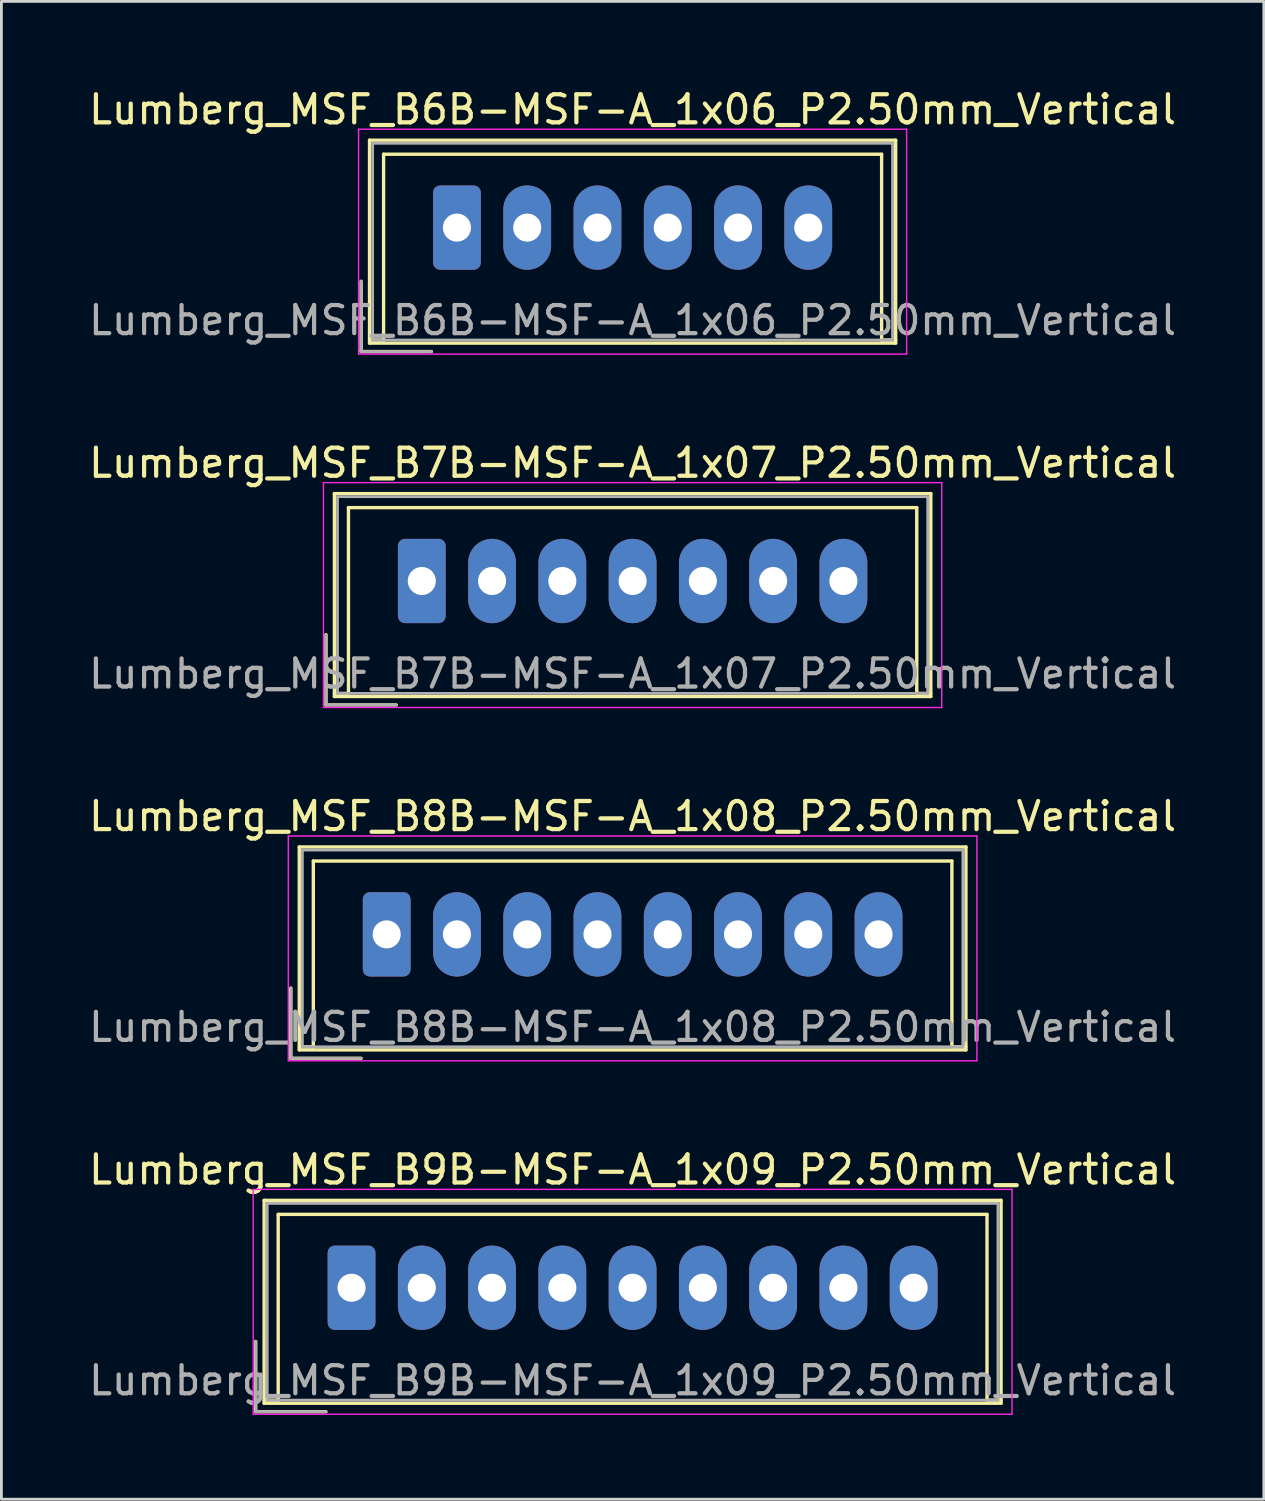
<source format=kicad_pcb>
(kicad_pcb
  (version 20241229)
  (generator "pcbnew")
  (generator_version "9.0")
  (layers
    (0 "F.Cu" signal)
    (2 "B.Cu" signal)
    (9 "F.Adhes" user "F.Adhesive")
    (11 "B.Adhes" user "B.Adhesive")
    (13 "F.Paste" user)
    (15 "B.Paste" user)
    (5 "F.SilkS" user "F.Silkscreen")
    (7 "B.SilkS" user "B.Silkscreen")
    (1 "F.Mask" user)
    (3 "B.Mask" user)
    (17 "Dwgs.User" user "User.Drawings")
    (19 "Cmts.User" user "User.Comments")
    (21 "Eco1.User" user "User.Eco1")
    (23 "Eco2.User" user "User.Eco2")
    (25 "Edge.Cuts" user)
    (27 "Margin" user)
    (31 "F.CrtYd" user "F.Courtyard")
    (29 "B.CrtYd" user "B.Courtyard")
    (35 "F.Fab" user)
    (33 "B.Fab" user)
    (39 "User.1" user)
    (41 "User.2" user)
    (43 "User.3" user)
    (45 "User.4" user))
  (footprint "Lumberg_MSF_B8B-MSF-A_1x08_P2.50mm_Vertical"
    (layer "F.Cu")
    (at 10.708 30.195)
    (property "Reference" "Lumberg_MSF_B8B-MSF-A_1x08_P2.50mm_Vertical" (at 8.75 -4.2 0) (layer "F.SilkS") (effects (font (size 1 1) (thickness 0.15))))
    (attr through_hole)
    (fp_line (start -3.41 1.91) (end -3.41 4.41) (stroke (width 0.12) (type solid)) (layer "F.SilkS"))
    (fp_line (start -3.41 4.41) (end -0.91 4.41) (stroke (width 0.12) (type solid)) (layer "F.SilkS"))
    (fp_line (start -3.11 -3.11) (end -3.11 4.11) (stroke (width 0.12) (type solid)) (layer "F.SilkS"))
    (fp_line (start -3.11 4) (end -2.61 4) (stroke (width 0.12) (type solid)) (layer "F.SilkS"))
    (fp_line (start -3.11 4.11) (end 20.61 4.11) (stroke (width 0.12) (type solid)) (layer "F.SilkS"))
    (fp_line (start -2.61 -2.61) (end 20.11 -2.61) (stroke (width 0.12) (type solid)) (layer "F.SilkS"))
    (fp_line (start -2.61 4) (end -2.61 -2.61) (stroke (width 0.12) (type solid)) (layer "F.SilkS"))
    (fp_line (start 20.11 -2.61) (end 20.11 4) (stroke (width 0.12) (type solid)) (layer "F.SilkS"))
    (fp_line (start 20.11 4) (end 20.61 4) (stroke (width 0.12) (type solid)) (layer "F.SilkS"))
    (fp_line (start 20.61 -3.11) (end -3.11 -3.11) (stroke (width 0.12) (type solid)) (layer "F.SilkS"))
    (fp_line (start 20.61 4.11) (end 20.61 -3.11) (stroke (width 0.12) (type solid)) (layer "F.SilkS"))
    (fp_line (start -3.5 -3.5) (end -3.5 4.5) (stroke (width 0.05) (type solid)) (layer "F.CrtYd"))
    (fp_line (start -3.5 4.5) (end 21 4.5) (stroke (width 0.05) (type solid)) (layer "F.CrtYd"))
    (fp_line (start 21 -3.5) (end -3.5 -3.5) (stroke (width 0.05) (type solid)) (layer "F.CrtYd"))
    (fp_line (start 21 4.5) (end 21 -3.5) (stroke (width 0.05) (type solid)) (layer "F.CrtYd"))
    (fp_line (start -3.41 1.91) (end -3.41 4.41) (stroke (width 0.1) (type solid)) (layer "F.Fab"))
    (fp_line (start -3.41 4.41) (end -0.91 4.41) (stroke (width 0.1) (type solid)) (layer "F.Fab"))
    (fp_line (start -3 -3) (end -3 4) (stroke (width 0.1) (type solid)) (layer "F.Fab"))
    (fp_line (start -3 4) (end 20.5 4) (stroke (width 0.1) (type solid)) (layer "F.Fab"))
    (fp_line (start 20.5 -3) (end -3 -3) (stroke (width 0.1) (type solid)) (layer "F.Fab"))
    (fp_line (start 20.5 4) (end 20.5 -3) (stroke (width 0.1) (type solid)) (layer "F.Fab"))
    (fp_text user "${REFERENCE}" (at 8.75 3.3 0) (layer "F.Fab") (effects (font (size 1 1) (thickness 0.15))))
    (pad "1" thru_hole roundrect (at 0 0) (size 1.7 3) (drill 1) (layers "*.Cu" "*.Mask") (roundrect_rratio 0.147))
    (pad "2" thru_hole oval (at 2.5 0) (size 1.7 3) (drill 1) (layers "*.Cu" "*.Mask"))
    (pad "3" thru_hole oval (at 5 0) (size 1.7 3) (drill 1) (layers "*.Cu" "*.Mask"))
    (pad "4" thru_hole oval (at 7.5 0) (size 1.7 3) (drill 1) (layers "*.Cu" "*.Mask"))
    (pad "5" thru_hole oval (at 10 0) (size 1.7 3) (drill 1) (layers "*.Cu" "*.Mask"))
    (pad "6" thru_hole oval (at 12.5 0) (size 1.7 3) (drill 1) (layers "*.Cu" "*.Mask"))
    (pad "7" thru_hole oval (at 15 0) (size 1.7 3) (drill 1) (layers "*.Cu" "*.Mask"))
    (pad "8" thru_hole oval (at 17.5 0) (size 1.7 3) (drill 1) (layers "*.Cu" "*.Mask")))
  (footprint "Lumberg_MSF_B7B-MSF-A_1x07_P2.50mm_Vertical"
    (layer "F.Cu")
    (at 11.958 17.622)
    (property "Reference" "Lumberg_MSF_B7B-MSF-A_1x07_P2.50mm_Vertical" (at 7.5 -4.2 0) (layer "F.SilkS") (effects (font (size 1 1) (thickness 0.15))))
    (attr through_hole)
    (fp_line (start -3.41 1.91) (end -3.41 4.41) (stroke (width 0.12) (type solid)) (layer "F.SilkS"))
    (fp_line (start -3.41 4.41) (end -0.91 4.41) (stroke (width 0.12) (type solid)) (layer "F.SilkS"))
    (fp_line (start -3.11 -3.11) (end -3.11 4.11) (stroke (width 0.12) (type solid)) (layer "F.SilkS"))
    (fp_line (start -3.11 4) (end -2.61 4) (stroke (width 0.12) (type solid)) (layer "F.SilkS"))
    (fp_line (start -3.11 4.11) (end 18.11 4.11) (stroke (width 0.12) (type solid)) (layer "F.SilkS"))
    (fp_line (start -2.61 -2.61) (end 17.61 -2.61) (stroke (width 0.12) (type solid)) (layer "F.SilkS"))
    (fp_line (start -2.61 4) (end -2.61 -2.61) (stroke (width 0.12) (type solid)) (layer "F.SilkS"))
    (fp_line (start 17.61 -2.61) (end 17.61 4) (stroke (width 0.12) (type solid)) (layer "F.SilkS"))
    (fp_line (start 17.61 4) (end 18.11 4) (stroke (width 0.12) (type solid)) (layer "F.SilkS"))
    (fp_line (start 18.11 -3.11) (end -3.11 -3.11) (stroke (width 0.12) (type solid)) (layer "F.SilkS"))
    (fp_line (start 18.11 4.11) (end 18.11 -3.11) (stroke (width 0.12) (type solid)) (layer "F.SilkS"))
    (fp_line (start -3.5 -3.5) (end -3.5 4.5) (stroke (width 0.05) (type solid)) (layer "F.CrtYd"))
    (fp_line (start -3.5 4.5) (end 18.5 4.5) (stroke (width 0.05) (type solid)) (layer "F.CrtYd"))
    (fp_line (start 18.5 -3.5) (end -3.5 -3.5) (stroke (width 0.05) (type solid)) (layer "F.CrtYd"))
    (fp_line (start 18.5 4.5) (end 18.5 -3.5) (stroke (width 0.05) (type solid)) (layer "F.CrtYd"))
    (fp_line (start -3.41 1.91) (end -3.41 4.41) (stroke (width 0.1) (type solid)) (layer "F.Fab"))
    (fp_line (start -3.41 4.41) (end -0.91 4.41) (stroke (width 0.1) (type solid)) (layer "F.Fab"))
    (fp_line (start -3 -3) (end -3 4) (stroke (width 0.1) (type solid)) (layer "F.Fab"))
    (fp_line (start -3 4) (end 18 4) (stroke (width 0.1) (type solid)) (layer "F.Fab"))
    (fp_line (start 18 -3) (end -3 -3) (stroke (width 0.1) (type solid)) (layer "F.Fab"))
    (fp_line (start 18 4) (end 18 -3) (stroke (width 0.1) (type solid)) (layer "F.Fab"))
    (fp_text user "${REFERENCE}" (at 7.5 3.3 0) (layer "F.Fab") (effects (font (size 1 1) (thickness 0.15))))
    (pad "1" thru_hole roundrect (at 0 0) (size 1.7 3) (drill 1) (layers "*.Cu" "*.Mask") (roundrect_rratio 0.147))
    (pad "2" thru_hole oval (at 2.5 0) (size 1.7 3) (drill 1) (layers "*.Cu" "*.Mask"))
    (pad "3" thru_hole oval (at 5 0) (size 1.7 3) (drill 1) (layers "*.Cu" "*.Mask"))
    (pad "4" thru_hole oval (at 7.5 0) (size 1.7 3) (drill 1) (layers "*.Cu" "*.Mask"))
    (pad "5" thru_hole oval (at 10 0) (size 1.7 3) (drill 1) (layers "*.Cu" "*.Mask"))
    (pad "6" thru_hole oval (at 12.5 0) (size 1.7 3) (drill 1) (layers "*.Cu" "*.Mask"))
    (pad "7" thru_hole oval (at 15 0) (size 1.7 3) (drill 1) (layers "*.Cu" "*.Mask")))
  (footprint "Lumberg_MSF_B6B-MSF-A_1x06_P2.50mm_Vertical"
    (layer "F.Cu")
    (at 13.208 5.048)
    (property "Reference" "Lumberg_MSF_B6B-MSF-A_1x06_P2.50mm_Vertical" (at 6.25 -4.2 0) (layer "F.SilkS") (effects (font (size 1 1) (thickness 0.15))))
    (attr through_hole)
    (fp_line (start -3.41 1.91) (end -3.41 4.41) (stroke (width 0.12) (type solid)) (layer "F.SilkS"))
    (fp_line (start -3.41 4.41) (end -0.91 4.41) (stroke (width 0.12) (type solid)) (layer "F.SilkS"))
    (fp_line (start -3.11 -3.11) (end -3.11 4.11) (stroke (width 0.12) (type solid)) (layer "F.SilkS"))
    (fp_line (start -3.11 4) (end -2.61 4) (stroke (width 0.12) (type solid)) (layer "F.SilkS"))
    (fp_line (start -3.11 4.11) (end 15.61 4.11) (stroke (width 0.12) (type solid)) (layer "F.SilkS"))
    (fp_line (start -2.61 -2.61) (end 15.11 -2.61) (stroke (width 0.12) (type solid)) (layer "F.SilkS"))
    (fp_line (start -2.61 4) (end -2.61 -2.61) (stroke (width 0.12) (type solid)) (layer "F.SilkS"))
    (fp_line (start 15.11 -2.61) (end 15.11 4) (stroke (width 0.12) (type solid)) (layer "F.SilkS"))
    (fp_line (start 15.11 4) (end 15.61 4) (stroke (width 0.12) (type solid)) (layer "F.SilkS"))
    (fp_line (start 15.61 -3.11) (end -3.11 -3.11) (stroke (width 0.12) (type solid)) (layer "F.SilkS"))
    (fp_line (start 15.61 4.11) (end 15.61 -3.11) (stroke (width 0.12) (type solid)) (layer "F.SilkS"))
    (fp_line (start -3.5 -3.5) (end -3.5 4.5) (stroke (width 0.05) (type solid)) (layer "F.CrtYd"))
    (fp_line (start -3.5 4.5) (end 16 4.5) (stroke (width 0.05) (type solid)) (layer "F.CrtYd"))
    (fp_line (start 16 -3.5) (end -3.5 -3.5) (stroke (width 0.05) (type solid)) (layer "F.CrtYd"))
    (fp_line (start 16 4.5) (end 16 -3.5) (stroke (width 0.05) (type solid)) (layer "F.CrtYd"))
    (fp_line (start -3.41 1.91) (end -3.41 4.41) (stroke (width 0.1) (type solid)) (layer "F.Fab"))
    (fp_line (start -3.41 4.41) (end -0.91 4.41) (stroke (width 0.1) (type solid)) (layer "F.Fab"))
    (fp_line (start -3 -3) (end -3 4) (stroke (width 0.1) (type solid)) (layer "F.Fab"))
    (fp_line (start -3 4) (end 15.5 4) (stroke (width 0.1) (type solid)) (layer "F.Fab"))
    (fp_line (start 15.5 -3) (end -3 -3) (stroke (width 0.1) (type solid)) (layer "F.Fab"))
    (fp_line (start 15.5 4) (end 15.5 -3) (stroke (width 0.1) (type solid)) (layer "F.Fab"))
    (fp_text user "${REFERENCE}" (at 6.25 3.3 0) (layer "F.Fab") (effects (font (size 1 1) (thickness 0.15))))
    (pad "1" thru_hole roundrect (at 0 0) (size 1.7 3) (drill 1) (layers "*.Cu" "*.Mask") (roundrect_rratio 0.147))
    (pad "2" thru_hole oval (at 2.5 0) (size 1.7 3) (drill 1) (layers "*.Cu" "*.Mask"))
    (pad "3" thru_hole oval (at 5 0) (size 1.7 3) (drill 1) (layers "*.Cu" "*.Mask"))
    (pad "4" thru_hole oval (at 7.5 0) (size 1.7 3) (drill 1) (layers "*.Cu" "*.Mask"))
    (pad "5" thru_hole oval (at 10 0) (size 1.7 3) (drill 1) (layers "*.Cu" "*.Mask"))
    (pad "6" thru_hole oval (at 12.5 0) (size 1.7 3) (drill 1) (layers "*.Cu" "*.Mask")))
  (footprint "Lumberg_MSF_B9B-MSF-A_1x09_P2.50mm_Vertical"
    (layer "F.Cu")
    (at 9.458 42.768)
    (property "Reference" "Lumberg_MSF_B9B-MSF-A_1x09_P2.50mm_Vertical" (at 10 -4.2 0) (layer "F.SilkS") (effects (font (size 1 1) (thickness 0.15))))
    (attr through_hole)
    (fp_line (start -3.41 1.91) (end -3.41 4.41) (stroke (width 0.12) (type solid)) (layer "F.SilkS"))
    (fp_line (start -3.41 4.41) (end -0.91 4.41) (stroke (width 0.12) (type solid)) (layer "F.SilkS"))
    (fp_line (start -3.11 -3.11) (end -3.11 4.11) (stroke (width 0.12) (type solid)) (layer "F.SilkS"))
    (fp_line (start -3.11 4) (end -2.61 4) (stroke (width 0.12) (type solid)) (layer "F.SilkS"))
    (fp_line (start -3.11 4.11) (end 23.11 4.11) (stroke (width 0.12) (type solid)) (layer "F.SilkS"))
    (fp_line (start -2.61 -2.61) (end 22.61 -2.61) (stroke (width 0.12) (type solid)) (layer "F.SilkS"))
    (fp_line (start -2.61 4) (end -2.61 -2.61) (stroke (width 0.12) (type solid)) (layer "F.SilkS"))
    (fp_line (start 22.61 -2.61) (end 22.61 4) (stroke (width 0.12) (type solid)) (layer "F.SilkS"))
    (fp_line (start 22.61 4) (end 23.11 4) (stroke (width 0.12) (type solid)) (layer "F.SilkS"))
    (fp_line (start 23.11 -3.11) (end -3.11 -3.11) (stroke (width 0.12) (type solid)) (layer "F.SilkS"))
    (fp_line (start 23.11 4.11) (end 23.11 -3.11) (stroke (width 0.12) (type solid)) (layer "F.SilkS"))
    (fp_line (start -3.5 -3.5) (end -3.5 4.5) (stroke (width 0.05) (type solid)) (layer "F.CrtYd"))
    (fp_line (start -3.5 4.5) (end 23.5 4.5) (stroke (width 0.05) (type solid)) (layer "F.CrtYd"))
    (fp_line (start 23.5 -3.5) (end -3.5 -3.5) (stroke (width 0.05) (type solid)) (layer "F.CrtYd"))
    (fp_line (start 23.5 4.5) (end 23.5 -3.5) (stroke (width 0.05) (type solid)) (layer "F.CrtYd"))
    (fp_line (start -3.41 1.91) (end -3.41 4.41) (stroke (width 0.1) (type solid)) (layer "F.Fab"))
    (fp_line (start -3.41 4.41) (end -0.91 4.41) (stroke (width 0.1) (type solid)) (layer "F.Fab"))
    (fp_line (start -3 -3) (end -3 4) (stroke (width 0.1) (type solid)) (layer "F.Fab"))
    (fp_line (start -3 4) (end 23 4) (stroke (width 0.1) (type solid)) (layer "F.Fab"))
    (fp_line (start 23 -3) (end -3 -3) (stroke (width 0.1) (type solid)) (layer "F.Fab"))
    (fp_line (start 23 4) (end 23 -3) (stroke (width 0.1) (type solid)) (layer "F.Fab"))
    (fp_text user "${REFERENCE}" (at 10 3.3 0) (layer "F.Fab") (effects (font (size 1 1) (thickness 0.15))))
    (pad "1" thru_hole roundrect (at 0 0) (size 1.7 3) (drill 1) (layers "*.Cu" "*.Mask") (roundrect_rratio 0.147))
    (pad "2" thru_hole oval (at 2.5 0) (size 1.7 3) (drill 1) (layers "*.Cu" "*.Mask"))
    (pad "3" thru_hole oval (at 5 0) (size 1.7 3) (drill 1) (layers "*.Cu" "*.Mask"))
    (pad "4" thru_hole oval (at 7.5 0) (size 1.7 3) (drill 1) (layers "*.Cu" "*.Mask"))
    (pad "5" thru_hole oval (at 10 0) (size 1.7 3) (drill 1) (layers "*.Cu" "*.Mask"))
    (pad "6" thru_hole oval (at 12.5 0) (size 1.7 3) (drill 1) (layers "*.Cu" "*.Mask"))
    (pad "7" thru_hole oval (at 15 0) (size 1.7 3) (drill 1) (layers "*.Cu" "*.Mask"))
    (pad "8" thru_hole oval (at 17.5 0) (size 1.7 3) (drill 1) (layers "*.Cu" "*.Mask"))
    (pad "9" thru_hole oval (at 20 0) (size 1.7 3) (drill 1) (layers "*.Cu" "*.Mask")))
  (gr_rect
    (start -3 -3)
    (end 41.917 50.293)
    (stroke (width 0.1) (type default))
    (fill no)
    (layer "Edge.Cuts")))
</source>
